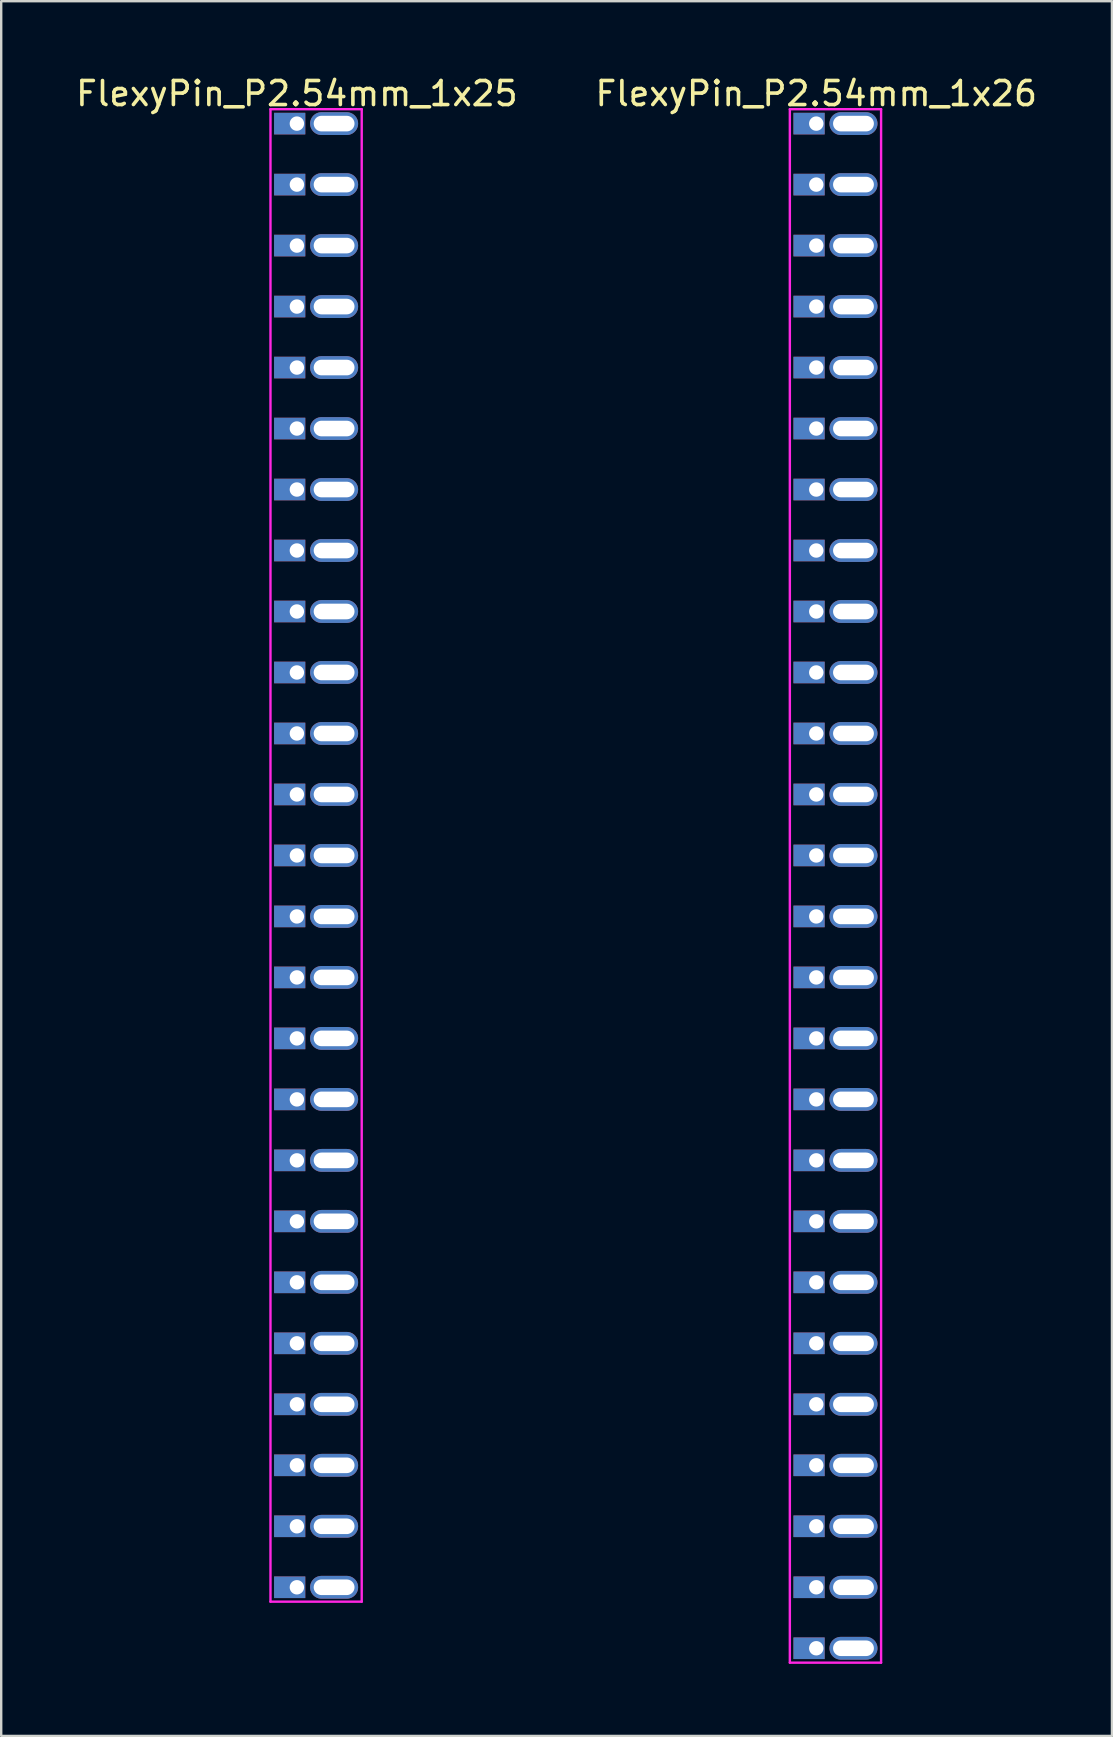
<source format=kicad_pcb>
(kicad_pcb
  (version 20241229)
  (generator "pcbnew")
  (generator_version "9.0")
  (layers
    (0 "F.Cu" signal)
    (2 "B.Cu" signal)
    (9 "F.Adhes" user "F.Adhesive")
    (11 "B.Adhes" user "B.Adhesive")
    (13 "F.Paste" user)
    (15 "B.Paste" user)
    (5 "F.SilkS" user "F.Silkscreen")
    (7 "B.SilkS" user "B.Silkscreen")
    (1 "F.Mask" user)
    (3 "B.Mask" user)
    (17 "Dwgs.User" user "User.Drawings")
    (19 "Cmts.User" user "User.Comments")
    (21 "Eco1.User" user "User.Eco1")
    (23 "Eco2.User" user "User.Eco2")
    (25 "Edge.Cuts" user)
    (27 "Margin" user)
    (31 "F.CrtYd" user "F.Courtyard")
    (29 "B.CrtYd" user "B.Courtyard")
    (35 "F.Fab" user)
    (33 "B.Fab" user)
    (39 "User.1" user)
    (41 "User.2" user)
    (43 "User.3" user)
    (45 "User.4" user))
  (footprint "FlexyPin_P2.54mm_1x26"
    (layer "F.Cu")
    (at 30.946 2.098)
    (property "Reference" "FlexyPin_P2.54mm_1x26" (at 0 -1.25 0) (layer "F.SilkS") (effects (font (size 1 1) (thickness 0.15))))
    (attr through_hole)
    (fp_line (start -1.1 -0.6) (end 2.7 -0.6) (stroke (width 0.1) (type solid)) (layer "F.CrtYd"))
    (fp_line (start -1.1 64.1) (end -1.1 -0.6) (stroke (width 0.1) (type solid)) (layer "F.CrtYd"))
    (fp_line (start 2.7 -0.6) (end 2.7 64.1) (stroke (width 0.1) (type solid)) (layer "F.CrtYd"))
    (fp_line (start 2.7 64.1) (end -1.1 64.1) (stroke (width 0.1) (type solid)) (layer "F.CrtYd"))
    (pad "" thru_hole oval (at 1.55 0) (size 2 0.95) (drill oval 1.7 0.65) (layers "*.Cu" "*.Mask"))
    (pad "" thru_hole oval (at 1.55 2.54) (size 2 0.95) (drill oval 1.7 0.65) (layers "*.Cu" "*.Mask"))
    (pad "" thru_hole oval (at 1.55 5.08) (size 2 0.95) (drill oval 1.7 0.65) (layers "*.Cu" "*.Mask"))
    (pad "" thru_hole oval (at 1.55 7.62) (size 2 0.95) (drill oval 1.7 0.65) (layers "*.Cu" "*.Mask"))
    (pad "" thru_hole oval (at 1.55 10.16) (size 2 0.95) (drill oval 1.7 0.65) (layers "*.Cu" "*.Mask"))
    (pad "" thru_hole oval (at 1.55 12.7) (size 2 0.95) (drill oval 1.7 0.65) (layers "*.Cu" "*.Mask"))
    (pad "" thru_hole oval (at 1.55 15.24) (size 2 0.95) (drill oval 1.7 0.65) (layers "*.Cu" "*.Mask"))
    (pad "" thru_hole oval (at 1.55 17.78) (size 2 0.95) (drill oval 1.7 0.65) (layers "*.Cu" "*.Mask"))
    (pad "" thru_hole oval (at 1.55 20.32) (size 2 0.95) (drill oval 1.7 0.65) (layers "*.Cu" "*.Mask"))
    (pad "" thru_hole oval (at 1.55 22.86) (size 2 0.95) (drill oval 1.7 0.65) (layers "*.Cu" "*.Mask"))
    (pad "" thru_hole oval (at 1.55 25.4) (size 2 0.95) (drill oval 1.7 0.65) (layers "*.Cu" "*.Mask"))
    (pad "" thru_hole oval (at 1.55 27.94) (size 2 0.95) (drill oval 1.7 0.65) (layers "*.Cu" "*.Mask"))
    (pad "" thru_hole oval (at 1.55 30.48) (size 2 0.95) (drill oval 1.7 0.65) (layers "*.Cu" "*.Mask"))
    (pad "" thru_hole oval (at 1.55 33.02) (size 2 0.95) (drill oval 1.7 0.65) (layers "*.Cu" "*.Mask"))
    (pad "" thru_hole oval (at 1.55 35.56) (size 2 0.95) (drill oval 1.7 0.65) (layers "*.Cu" "*.Mask"))
    (pad "" thru_hole oval (at 1.55 38.1) (size 2 0.95) (drill oval 1.7 0.65) (layers "*.Cu" "*.Mask"))
    (pad "" thru_hole oval (at 1.55 40.64) (size 2 0.95) (drill oval 1.7 0.65) (layers "*.Cu" "*.Mask"))
    (pad "" thru_hole oval (at 1.55 43.18) (size 2 0.95) (drill oval 1.7 0.65) (layers "*.Cu" "*.Mask"))
    (pad "" thru_hole oval (at 1.55 45.72) (size 2 0.95) (drill oval 1.7 0.65) (layers "*.Cu" "*.Mask"))
    (pad "" thru_hole oval (at 1.55 48.26) (size 2 0.95) (drill oval 1.7 0.65) (layers "*.Cu" "*.Mask"))
    (pad "" thru_hole oval (at 1.55 50.8) (size 2 0.95) (drill oval 1.7 0.65) (layers "*.Cu" "*.Mask"))
    (pad "" thru_hole oval (at 1.55 53.34) (size 2 0.95) (drill oval 1.7 0.65) (layers "*.Cu" "*.Mask"))
    (pad "" thru_hole oval (at 1.55 55.88) (size 2 0.95) (drill oval 1.7 0.65) (layers "*.Cu" "*.Mask"))
    (pad "" thru_hole oval (at 1.55 58.42) (size 2 0.95) (drill oval 1.7 0.65) (layers "*.Cu" "*.Mask"))
    (pad "" thru_hole oval (at 1.55 60.96) (size 2 0.95) (drill oval 1.7 0.65) (layers "*.Cu" "*.Mask"))
    (pad "" thru_hole oval (at 1.55 63.5) (size 2 0.95) (drill oval 1.7 0.65) (layers "*.Cu" "*.Mask"))
    (pad "1" thru_hole rect (at 0 0) (size 1.3 0.9) (drill 0.6 (offset -0.3 0)) (layers "*.Cu" "*.Mask"))
    (pad "2" thru_hole rect (at 0 2.54) (size 1.3 0.9) (drill 0.6 (offset -0.3 0)) (layers "*.Cu" "*.Mask"))
    (pad "3" thru_hole rect (at 0 5.08) (size 1.3 0.9) (drill 0.6 (offset -0.3 0)) (layers "*.Cu" "*.Mask"))
    (pad "4" thru_hole rect (at 0 7.62) (size 1.3 0.9) (drill 0.6 (offset -0.3 0)) (layers "*.Cu" "*.Mask"))
    (pad "5" thru_hole rect (at 0 10.16) (size 1.3 0.9) (drill 0.6 (offset -0.3 0)) (layers "*.Cu" "*.Mask"))
    (pad "6" thru_hole rect (at 0 12.7) (size 1.3 0.9) (drill 0.6 (offset -0.3 0)) (layers "*.Cu" "*.Mask"))
    (pad "7" thru_hole rect (at 0 15.24) (size 1.3 0.9) (drill 0.6 (offset -0.3 0)) (layers "*.Cu" "*.Mask"))
    (pad "8" thru_hole rect (at 0 17.78) (size 1.3 0.9) (drill 0.6 (offset -0.3 0)) (layers "*.Cu" "*.Mask"))
    (pad "9" thru_hole rect (at 0 20.32) (size 1.3 0.9) (drill 0.6 (offset -0.3 0)) (layers "*.Cu" "*.Mask"))
    (pad "10" thru_hole rect (at 0 22.86) (size 1.3 0.9) (drill 0.6 (offset -0.3 0)) (layers "*.Cu" "*.Mask"))
    (pad "11" thru_hole rect (at 0 25.4) (size 1.3 0.9) (drill 0.6 (offset -0.3 0)) (layers "*.Cu" "*.Mask"))
    (pad "12" thru_hole rect (at 0 27.94) (size 1.3 0.9) (drill 0.6 (offset -0.3 0)) (layers "*.Cu" "*.Mask"))
    (pad "13" thru_hole rect (at 0 30.48) (size 1.3 0.9) (drill 0.6 (offset -0.3 0)) (layers "*.Cu" "*.Mask"))
    (pad "14" thru_hole rect (at 0 33.02) (size 1.3 0.9) (drill 0.6 (offset -0.3 0)) (layers "*.Cu" "*.Mask"))
    (pad "15" thru_hole rect (at 0 35.56) (size 1.3 0.9) (drill 0.6 (offset -0.3 0)) (layers "*.Cu" "*.Mask"))
    (pad "16" thru_hole rect (at 0 38.1) (size 1.3 0.9) (drill 0.6 (offset -0.3 0)) (layers "*.Cu" "*.Mask"))
    (pad "17" thru_hole rect (at 0 40.64) (size 1.3 0.9) (drill 0.6 (offset -0.3 0)) (layers "*.Cu" "*.Mask"))
    (pad "18" thru_hole rect (at 0 43.18) (size 1.3 0.9) (drill 0.6 (offset -0.3 0)) (layers "*.Cu" "*.Mask"))
    (pad "19" thru_hole rect (at 0 45.72) (size 1.3 0.9) (drill 0.6 (offset -0.3 0)) (layers "*.Cu" "*.Mask"))
    (pad "20" thru_hole rect (at 0 48.26) (size 1.3 0.9) (drill 0.6 (offset -0.3 0)) (layers "*.Cu" "*.Mask"))
    (pad "21" thru_hole rect (at 0 50.8) (size 1.3 0.9) (drill 0.6 (offset -0.3 0)) (layers "*.Cu" "*.Mask"))
    (pad "22" thru_hole rect (at 0 53.34) (size 1.3 0.9) (drill 0.6 (offset -0.3 0)) (layers "*.Cu" "*.Mask"))
    (pad "23" thru_hole rect (at 0 55.88) (size 1.3 0.9) (drill 0.6 (offset -0.3 0)) (layers "*.Cu" "*.Mask"))
    (pad "24" thru_hole rect (at 0 58.42) (size 1.3 0.9) (drill 0.6 (offset -0.3 0)) (layers "*.Cu" "*.Mask"))
    (pad "25" thru_hole rect (at 0 60.96) (size 1.3 0.9) (drill 0.6 (offset -0.3 0)) (layers "*.Cu" "*.Mask"))
    (pad "26" thru_hole rect (at 0 63.5) (size 1.3 0.9) (drill 0.6 (offset -0.3 0)) (layers "*.Cu" "*.Mask")))
  (footprint "FlexyPin_P2.54mm_1x25"
    (layer "F.Cu")
    (at 9.315 2.098)
    (property "Reference" "FlexyPin_P2.54mm_1x25" (at 0 -1.25 0) (layer "F.SilkS") (effects (font (size 1 1) (thickness 0.15))))
    (attr through_hole)
    (fp_line (start -1.1 -0.6) (end 2.7 -0.6) (stroke (width 0.1) (type solid)) (layer "F.CrtYd"))
    (fp_line (start -1.1 61.56) (end -1.1 -0.6) (stroke (width 0.1) (type solid)) (layer "F.CrtYd"))
    (fp_line (start 2.7 -0.6) (end 2.7 61.56) (stroke (width 0.1) (type solid)) (layer "F.CrtYd"))
    (fp_line (start 2.7 61.56) (end -1.1 61.56) (stroke (width 0.1) (type solid)) (layer "F.CrtYd"))
    (pad "" thru_hole oval (at 1.55 0) (size 2 0.95) (drill oval 1.7 0.65) (layers "*.Cu" "*.Mask"))
    (pad "" thru_hole oval (at 1.55 2.54) (size 2 0.95) (drill oval 1.7 0.65) (layers "*.Cu" "*.Mask"))
    (pad "" thru_hole oval (at 1.55 5.08) (size 2 0.95) (drill oval 1.7 0.65) (layers "*.Cu" "*.Mask"))
    (pad "" thru_hole oval (at 1.55 7.62) (size 2 0.95) (drill oval 1.7 0.65) (layers "*.Cu" "*.Mask"))
    (pad "" thru_hole oval (at 1.55 10.16) (size 2 0.95) (drill oval 1.7 0.65) (layers "*.Cu" "*.Mask"))
    (pad "" thru_hole oval (at 1.55 12.7) (size 2 0.95) (drill oval 1.7 0.65) (layers "*.Cu" "*.Mask"))
    (pad "" thru_hole oval (at 1.55 15.24) (size 2 0.95) (drill oval 1.7 0.65) (layers "*.Cu" "*.Mask"))
    (pad "" thru_hole oval (at 1.55 17.78) (size 2 0.95) (drill oval 1.7 0.65) (layers "*.Cu" "*.Mask"))
    (pad "" thru_hole oval (at 1.55 20.32) (size 2 0.95) (drill oval 1.7 0.65) (layers "*.Cu" "*.Mask"))
    (pad "" thru_hole oval (at 1.55 22.86) (size 2 0.95) (drill oval 1.7 0.65) (layers "*.Cu" "*.Mask"))
    (pad "" thru_hole oval (at 1.55 25.4) (size 2 0.95) (drill oval 1.7 0.65) (layers "*.Cu" "*.Mask"))
    (pad "" thru_hole oval (at 1.55 27.94) (size 2 0.95) (drill oval 1.7 0.65) (layers "*.Cu" "*.Mask"))
    (pad "" thru_hole oval (at 1.55 30.48) (size 2 0.95) (drill oval 1.7 0.65) (layers "*.Cu" "*.Mask"))
    (pad "" thru_hole oval (at 1.55 33.02) (size 2 0.95) (drill oval 1.7 0.65) (layers "*.Cu" "*.Mask"))
    (pad "" thru_hole oval (at 1.55 35.56) (size 2 0.95) (drill oval 1.7 0.65) (layers "*.Cu" "*.Mask"))
    (pad "" thru_hole oval (at 1.55 38.1) (size 2 0.95) (drill oval 1.7 0.65) (layers "*.Cu" "*.Mask"))
    (pad "" thru_hole oval (at 1.55 40.64) (size 2 0.95) (drill oval 1.7 0.65) (layers "*.Cu" "*.Mask"))
    (pad "" thru_hole oval (at 1.55 43.18) (size 2 0.95) (drill oval 1.7 0.65) (layers "*.Cu" "*.Mask"))
    (pad "" thru_hole oval (at 1.55 45.72) (size 2 0.95) (drill oval 1.7 0.65) (layers "*.Cu" "*.Mask"))
    (pad "" thru_hole oval (at 1.55 48.26) (size 2 0.95) (drill oval 1.7 0.65) (layers "*.Cu" "*.Mask"))
    (pad "" thru_hole oval (at 1.55 50.8) (size 2 0.95) (drill oval 1.7 0.65) (layers "*.Cu" "*.Mask"))
    (pad "" thru_hole oval (at 1.55 53.34) (size 2 0.95) (drill oval 1.7 0.65) (layers "*.Cu" "*.Mask"))
    (pad "" thru_hole oval (at 1.55 55.88) (size 2 0.95) (drill oval 1.7 0.65) (layers "*.Cu" "*.Mask"))
    (pad "" thru_hole oval (at 1.55 58.42) (size 2 0.95) (drill oval 1.7 0.65) (layers "*.Cu" "*.Mask"))
    (pad "" thru_hole oval (at 1.55 60.96) (size 2 0.95) (drill oval 1.7 0.65) (layers "*.Cu" "*.Mask"))
    (pad "1" thru_hole rect (at 0 0) (size 1.3 0.9) (drill 0.6 (offset -0.3 0)) (layers "*.Cu" "*.Mask"))
    (pad "2" thru_hole rect (at 0 2.54) (size 1.3 0.9) (drill 0.6 (offset -0.3 0)) (layers "*.Cu" "*.Mask"))
    (pad "3" thru_hole rect (at 0 5.08) (size 1.3 0.9) (drill 0.6 (offset -0.3 0)) (layers "*.Cu" "*.Mask"))
    (pad "4" thru_hole rect (at 0 7.62) (size 1.3 0.9) (drill 0.6 (offset -0.3 0)) (layers "*.Cu" "*.Mask"))
    (pad "5" thru_hole rect (at 0 10.16) (size 1.3 0.9) (drill 0.6 (offset -0.3 0)) (layers "*.Cu" "*.Mask"))
    (pad "6" thru_hole rect (at 0 12.7) (size 1.3 0.9) (drill 0.6 (offset -0.3 0)) (layers "*.Cu" "*.Mask"))
    (pad "7" thru_hole rect (at 0 15.24) (size 1.3 0.9) (drill 0.6 (offset -0.3 0)) (layers "*.Cu" "*.Mask"))
    (pad "8" thru_hole rect (at 0 17.78) (size 1.3 0.9) (drill 0.6 (offset -0.3 0)) (layers "*.Cu" "*.Mask"))
    (pad "9" thru_hole rect (at 0 20.32) (size 1.3 0.9) (drill 0.6 (offset -0.3 0)) (layers "*.Cu" "*.Mask"))
    (pad "10" thru_hole rect (at 0 22.86) (size 1.3 0.9) (drill 0.6 (offset -0.3 0)) (layers "*.Cu" "*.Mask"))
    (pad "11" thru_hole rect (at 0 25.4) (size 1.3 0.9) (drill 0.6 (offset -0.3 0)) (layers "*.Cu" "*.Mask"))
    (pad "12" thru_hole rect (at 0 27.94) (size 1.3 0.9) (drill 0.6 (offset -0.3 0)) (layers "*.Cu" "*.Mask"))
    (pad "13" thru_hole rect (at 0 30.48) (size 1.3 0.9) (drill 0.6 (offset -0.3 0)) (layers "*.Cu" "*.Mask"))
    (pad "14" thru_hole rect (at 0 33.02) (size 1.3 0.9) (drill 0.6 (offset -0.3 0)) (layers "*.Cu" "*.Mask"))
    (pad "15" thru_hole rect (at 0 35.56) (size 1.3 0.9) (drill 0.6 (offset -0.3 0)) (layers "*.Cu" "*.Mask"))
    (pad "16" thru_hole rect (at 0 38.1) (size 1.3 0.9) (drill 0.6 (offset -0.3 0)) (layers "*.Cu" "*.Mask"))
    (pad "17" thru_hole rect (at 0 40.64) (size 1.3 0.9) (drill 0.6 (offset -0.3 0)) (layers "*.Cu" "*.Mask"))
    (pad "18" thru_hole rect (at 0 43.18) (size 1.3 0.9) (drill 0.6 (offset -0.3 0)) (layers "*.Cu" "*.Mask"))
    (pad "19" thru_hole rect (at 0 45.72) (size 1.3 0.9) (drill 0.6 (offset -0.3 0)) (layers "*.Cu" "*.Mask"))
    (pad "20" thru_hole rect (at 0 48.26) (size 1.3 0.9) (drill 0.6 (offset -0.3 0)) (layers "*.Cu" "*.Mask"))
    (pad "21" thru_hole rect (at 0 50.8) (size 1.3 0.9) (drill 0.6 (offset -0.3 0)) (layers "*.Cu" "*.Mask"))
    (pad "22" thru_hole rect (at 0 53.34) (size 1.3 0.9) (drill 0.6 (offset -0.3 0)) (layers "*.Cu" "*.Mask"))
    (pad "23" thru_hole rect (at 0 55.88) (size 1.3 0.9) (drill 0.6 (offset -0.3 0)) (layers "*.Cu" "*.Mask"))
    (pad "24" thru_hole rect (at 0 58.42) (size 1.3 0.9) (drill 0.6 (offset -0.3 0)) (layers "*.Cu" "*.Mask"))
    (pad "25" thru_hole rect (at 0 60.96) (size 1.3 0.9) (drill 0.6 (offset -0.3 0)) (layers "*.Cu" "*.Mask")))
  (gr_rect
    (start -3 -3)
    (end 43.262 69.248)
    (stroke (width 0.1) (type default))
    (fill no)
    (layer "Edge.Cuts")))
</source>
